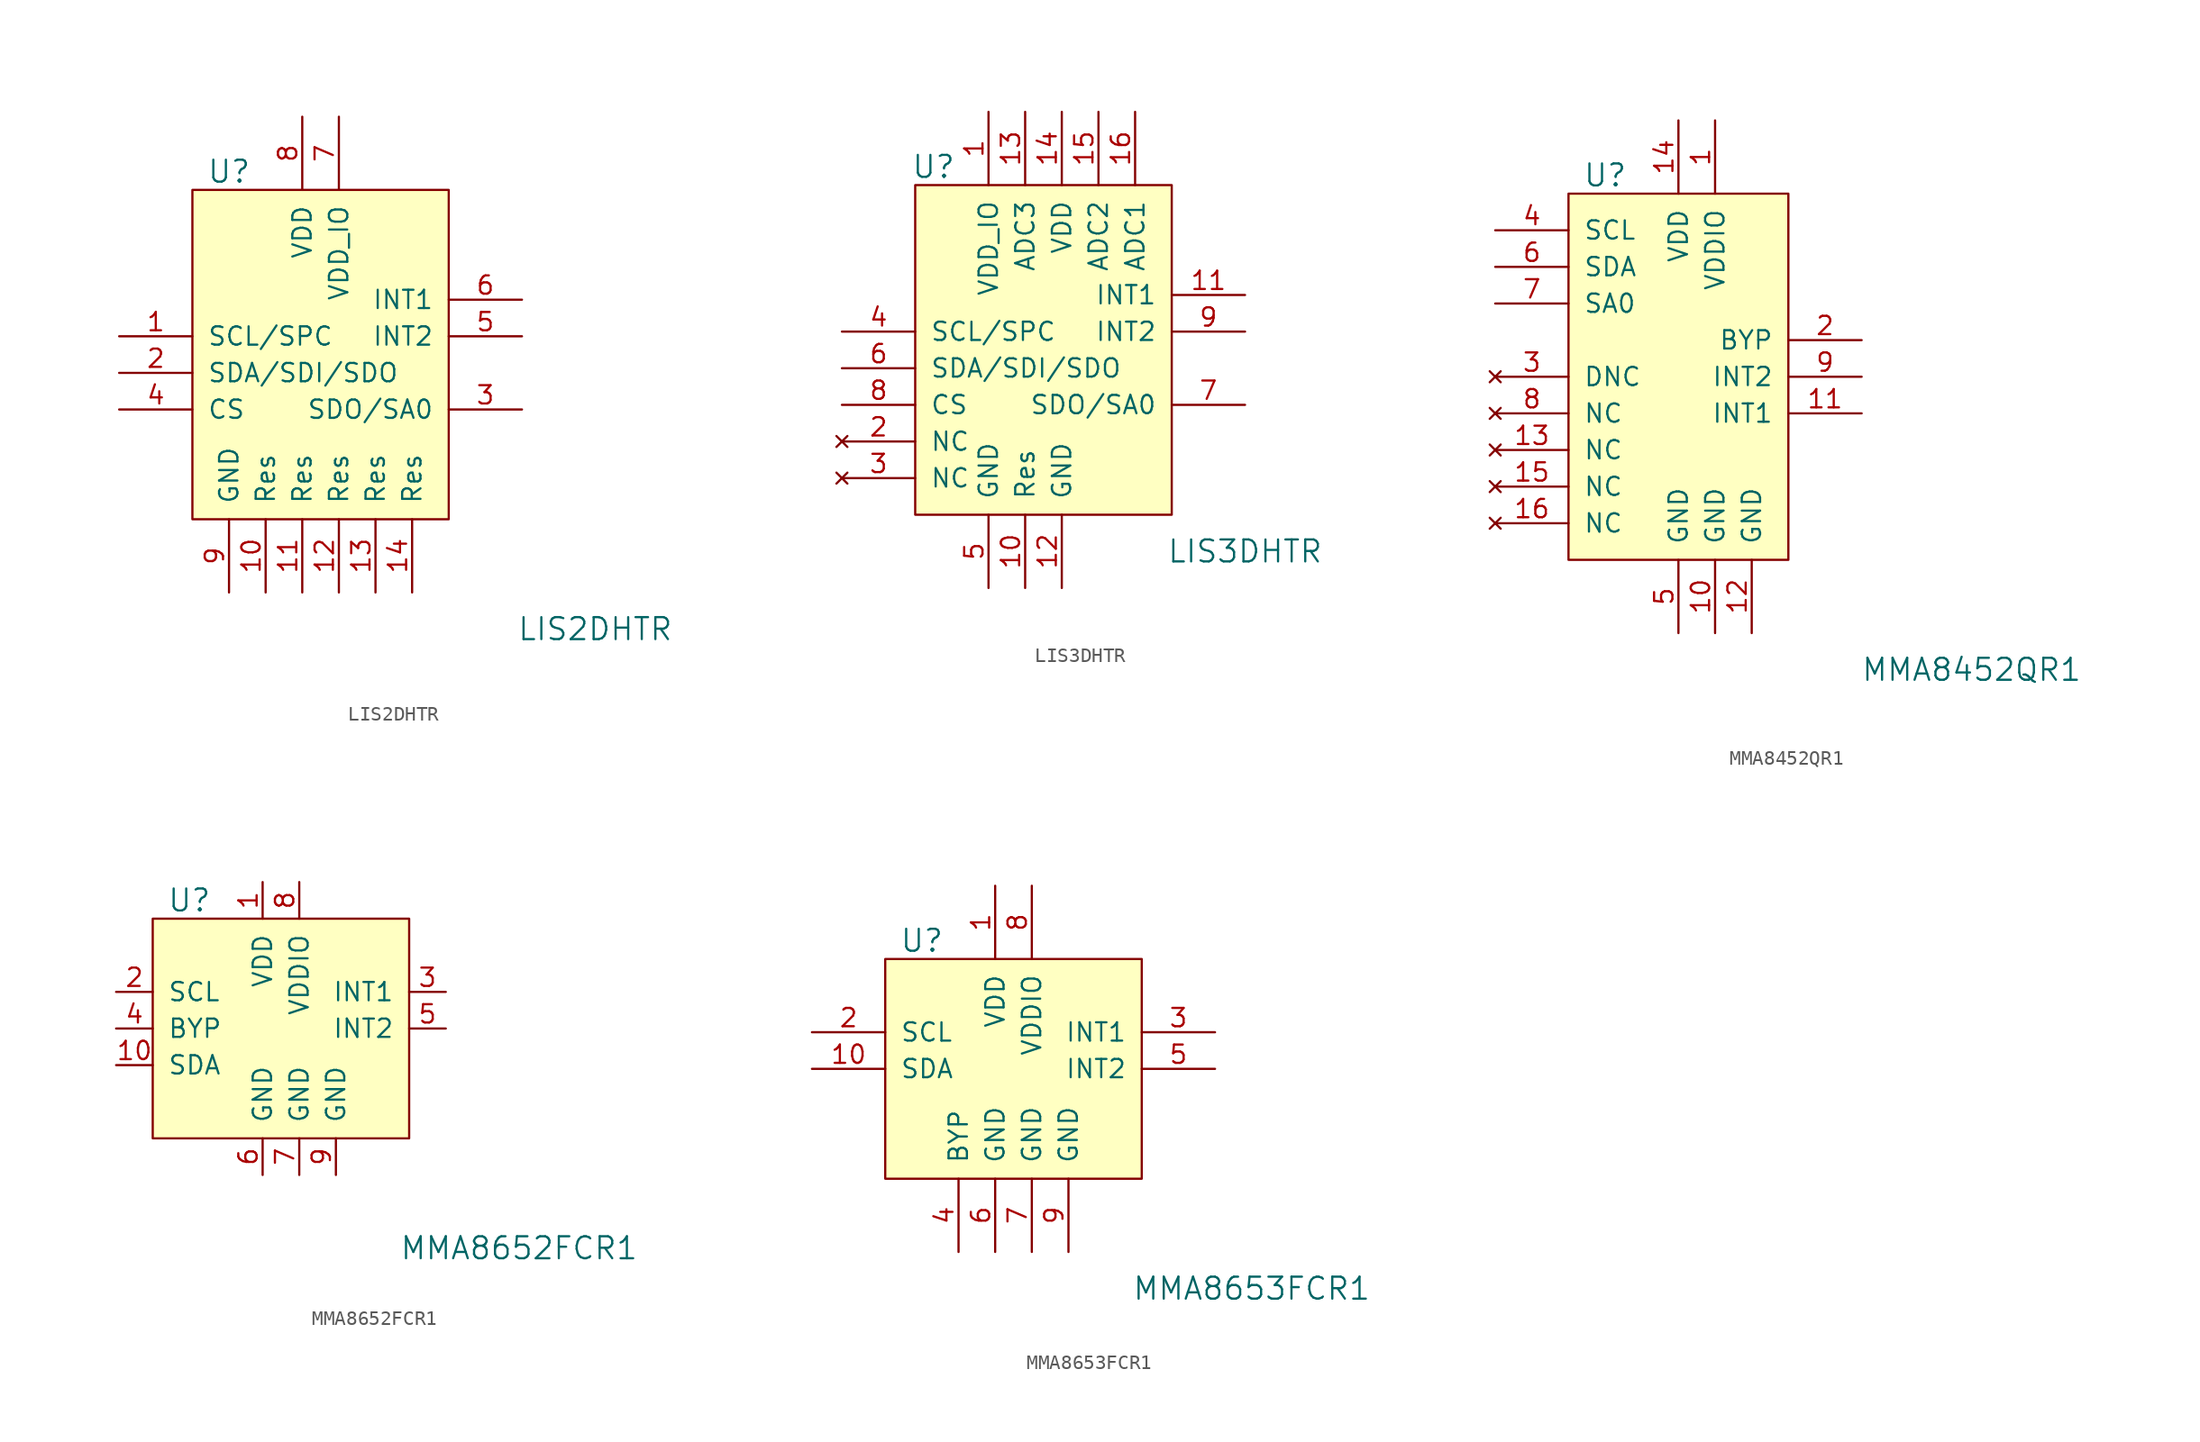
<source format=kicad_sym>
(kicad_symbol_lib
  (version 20220914)
  (generator kicad_symbol_editor)
  (symbol "LIS2DHTR"
    (pin_names
      (offset 1.016))
    (property "Reference" "U"
      (at -7.62 13.97 0)
      (effects (font (size 1.524 1.524))))
    (property "Value" "LIS2DHTR"
      (at 17.78 -17.78 0)
      (effects (font (size 1.524 1.524))))
    (symbol "LIS2DHTR_0_1"
      (rectangle (start -10.16 12.7) (end 7.62 -10.16) (stroke (width 0) (type solid)) (fill (type background))))
    (symbol "LIS2DHTR_1_1"
      (pin input line (at -15.24 2.54 0) (length 5.08) (name "SCL/SPC" (effects (font (size 1.27 1.27)))) (number "1" (effects (font (size 1.27 1.27)))))
      (pin power_in line (at -5.08 -15.24 90) (length 5.08) (name "Res" (effects (font (size 1.27 1.27)))) (number "10" (effects (font (size 1.27 1.27)))))
      (pin power_in line (at -2.54 -15.24 90) (length 5.08) (name "Res" (effects (font (size 1.27 1.27)))) (number "11" (effects (font (size 1.27 1.27)))))
      (pin power_in line (at 0 -15.24 90) (length 5.08) (name "Res" (effects (font (size 1.27 1.27)))) (number "12" (effects (font (size 1.27 1.27)))))
      (pin power_in line (at 2.54 -15.24 90) (length 5.08) (name "Res" (effects (font (size 1.27 1.27)))) (number "13" (effects (font (size 1.27 1.27)))))
      (pin power_in line (at 5.08 -15.24 90) (length 5.08) (name "Res" (effects (font (size 1.27 1.27)))) (number "14" (effects (font (size 1.27 1.27)))))
      (pin bidirectional line (at -15.24 0 0) (length 5.08) (name "SDA/SDI/SDO" (effects (font (size 1.27 1.27)))) (number "2" (effects (font (size 1.27 1.27)))))
      (pin output line (at 12.7 -2.54 180) (length 5.08) (name "SDO/SA0" (effects (font (size 1.27 1.27)))) (number "3" (effects (font (size 1.27 1.27)))))
      (pin input line (at -15.24 -2.54 0) (length 5.08) (name "CS" (effects (font (size 1.27 1.27)))) (number "4" (effects (font (size 1.27 1.27)))))
      (pin output line (at 12.7 2.54 180) (length 5.08) (name "INT2" (effects (font (size 1.27 1.27)))) (number "5" (effects (font (size 1.27 1.27)))))
      (pin output line (at 12.7 5.08 180) (length 5.08) (name "INT1" (effects (font (size 1.27 1.27)))) (number "6" (effects (font (size 1.27 1.27)))))
      (pin power_in line (at 0 17.78 270) (length 5.08) (name "VDD_IO" (effects (font (size 1.27 1.27)))) (number "7" (effects (font (size 1.27 1.27)))))
      (pin power_in line (at -2.54 17.78 270) (length 5.08) (name "VDD" (effects (font (size 1.27 1.27)))) (number "8" (effects (font (size 1.27 1.27)))))
      (pin power_in line (at -7.62 -15.24 90) (length 5.08) (name "GND" (effects (font (size 1.27 1.27)))) (number "9" (effects (font (size 1.27 1.27)))))))
  (symbol "LIS3DHTR"
    (pin_names
      (offset 1.016))
    (property "Reference" "U"
      (at -8.89 11.43 0)
      (effects (font (size 1.524 1.524))))
    (property "Value" "LIS3DHTR"
      (at 12.7 -15.24 0)
      (effects (font (size 1.524 1.524))))
    (symbol "LIS3DHTR_0_1"
      (rectangle (start -10.16 10.16) (end 7.62 -12.7) (stroke (width 0) (type solid)) (fill (type background))))
    (symbol "LIS3DHTR_1_1"
      (pin power_in line (at -5.08 15.24 270) (length 5.08) (name "VDD_IO" (effects (font (size 1.27 1.27)))) (number "1" (effects (font (size 1.27 1.27)))))
      (pin power_in line (at -2.54 -17.78 90) (length 5.08) (name "Res" (effects (font (size 1.27 1.27)))) (number "10" (effects (font (size 1.27 1.27)))))
      (pin output line (at 12.7 2.54 180) (length 5.08) (name "INT1" (effects (font (size 1.27 1.27)))) (number "11" (effects (font (size 1.27 1.27)))))
      (pin power_in line (at 0 -17.78 90) (length 5.08) (name "GND" (effects (font (size 1.27 1.27)))) (number "12" (effects (font (size 1.27 1.27)))))
      (pin input line (at -2.54 15.24 270) (length 5.08) (name "ADC3" (effects (font (size 1.27 1.27)))) (number "13" (effects (font (size 1.27 1.27)))))
      (pin power_in line (at 0 15.24 270) (length 5.08) (name "VDD" (effects (font (size 1.27 1.27)))) (number "14" (effects (font (size 1.27 1.27)))))
      (pin input line (at 2.54 15.24 270) (length 5.08) (name "ADC2" (effects (font (size 1.27 1.27)))) (number "15" (effects (font (size 1.27 1.27)))))
      (pin input line (at 5.08 15.24 270) (length 5.08) (name "ADC1" (effects (font (size 1.27 1.27)))) (number "16" (effects (font (size 1.27 1.27)))))
      (pin no_connect line (at -15.24 -7.62 0) (length 5.08) (name "NC" (effects (font (size 1.27 1.27)))) (number "2" (effects (font (size 1.27 1.27)))))
      (pin no_connect line (at -15.24 -10.16 0) (length 5.08) (name "NC" (effects (font (size 1.27 1.27)))) (number "3" (effects (font (size 1.27 1.27)))))
      (pin input line (at -15.24 0 0) (length 5.08) (name "SCL/SPC" (effects (font (size 1.27 1.27)))) (number "4" (effects (font (size 1.27 1.27)))))
      (pin power_in line (at -5.08 -17.78 90) (length 5.08) (name "GND" (effects (font (size 1.27 1.27)))) (number "5" (effects (font (size 1.27 1.27)))))
      (pin bidirectional line (at -15.24 -2.54 0) (length 5.08) (name "SDA/SDI/SDO" (effects (font (size 1.27 1.27)))) (number "6" (effects (font (size 1.27 1.27)))))
      (pin output line (at 12.7 -5.08 180) (length 5.08) (name "SDO/SA0" (effects (font (size 1.27 1.27)))) (number "7" (effects (font (size 1.27 1.27)))))
      (pin input line (at -15.24 -5.08 0) (length 5.08) (name "CS" (effects (font (size 1.27 1.27)))) (number "8" (effects (font (size 1.27 1.27)))))
      (pin output line (at 12.7 0 180) (length 5.08) (name "INT2" (effects (font (size 1.27 1.27)))) (number "9" (effects (font (size 1.27 1.27)))))))
  (symbol "MMA8452QR1"
    (pin_names
      (offset 1.016))
    (property "Reference" "U"
      (at -5.08 13.97 0)
      (effects (font (size 1.524 1.524))))
    (property "Value" "MMA8452QR1"
      (at 20.32 -20.32 0)
      (effects (font (size 1.524 1.524))))
    (symbol "MMA8452QR1_0_1"
      (rectangle (start -7.62 12.7) (end 7.62 -12.7) (stroke (width 0) (type solid)) (fill (type background))))
    (symbol "MMA8452QR1_1_1"
      (pin power_in line (at 2.54 17.78 270) (length 5.08) (name "VDDIO" (effects (font (size 1.27 1.27)))) (number "1" (effects (font (size 1.27 1.27)))))
      (pin power_in line (at 2.54 -17.78 90) (length 5.08) (name "GND" (effects (font (size 1.27 1.27)))) (number "10" (effects (font (size 1.27 1.27)))))
      (pin output line (at 12.7 -2.54 180) (length 5.08) (name "INT1" (effects (font (size 1.27 1.27)))) (number "11" (effects (font (size 1.27 1.27)))))
      (pin power_in line (at 5.08 -17.78 90) (length 5.08) (name "GND" (effects (font (size 1.27 1.27)))) (number "12" (effects (font (size 1.27 1.27)))))
      (pin no_connect line (at -12.7 -5.08 0) (length 5.08) (name "NC" (effects (font (size 1.27 1.27)))) (number "13" (effects (font (size 1.27 1.27)))))
      (pin power_in line (at 0 17.78 270) (length 5.08) (name "VDD" (effects (font (size 1.27 1.27)))) (number "14" (effects (font (size 1.27 1.27)))))
      (pin no_connect line (at -12.7 -7.62 0) (length 5.08) (name "NC" (effects (font (size 1.27 1.27)))) (number "15" (effects (font (size 1.27 1.27)))))
      (pin no_connect line (at -12.7 -10.16 0) (length 5.08) (name "NC" (effects (font (size 1.27 1.27)))) (number "16" (effects (font (size 1.27 1.27)))))
      (pin output line (at 12.7 2.54 180) (length 5.08) (name "BYP" (effects (font (size 1.27 1.27)))) (number "2" (effects (font (size 1.27 1.27)))))
      (pin no_connect line (at -12.7 0 0) (length 5.08) (name "DNC" (effects (font (size 1.27 1.27)))) (number "3" (effects (font (size 1.27 1.27)))))
      (pin bidirectional line (at -12.7 10.16 0) (length 5.08) (name "SCL" (effects (font (size 1.27 1.27)))) (number "4" (effects (font (size 1.27 1.27)))))
      (pin power_in line (at 0 -17.78 90) (length 5.08) (name "GND" (effects (font (size 1.27 1.27)))) (number "5" (effects (font (size 1.27 1.27)))))
      (pin bidirectional line (at -12.7 7.62 0) (length 5.08) (name "SDA" (effects (font (size 1.27 1.27)))) (number "6" (effects (font (size 1.27 1.27)))))
      (pin bidirectional line (at -12.7 5.08 0) (length 5.08) (name "SA0" (effects (font (size 1.27 1.27)))) (number "7" (effects (font (size 1.27 1.27)))))
      (pin no_connect line (at -12.7 -2.54 0) (length 5.08) (name "NC" (effects (font (size 1.27 1.27)))) (number "8" (effects (font (size 1.27 1.27)))))
      (pin power_out line (at 12.7 0 180) (length 5.08) (name "INT2" (effects (font (size 1.27 1.27)))) (number "9" (effects (font (size 1.27 1.27)))))))
  (symbol "MMA8652FCR1"
    (pin_names
      (offset 1.016))
    (property "Reference" "U"
      (at -5.08 8.89 0)
      (effects (font (size 1.524 1.524))))
    (property "Value" "MMA8652FCR1"
      (at 17.78 -15.24 0)
      (effects (font (size 1.524 1.524))))
    (symbol "MMA8652FCR1_0_1"
      (rectangle (start -7.62 7.62) (end 10.16 -7.62) (stroke (width 0) (type solid)) (fill (type background))))
    (symbol "MMA8652FCR1_1_1"
      (pin input line (at 0 10.16 270) (length 2.54) (name "VDD" (effects (font (size 1.27 1.27)))) (number "1" (effects (font (size 1.27 1.27)))))
      (pin bidirectional line (at -10.16 -2.54 0) (length 2.54) (name "SDA" (effects (font (size 1.27 1.27)))) (number "10" (effects (font (size 1.27 1.27)))))
      (pin input line (at -10.16 2.54 0) (length 2.54) (name "SCL" (effects (font (size 1.27 1.27)))) (number "2" (effects (font (size 1.27 1.27)))))
      (pin output line (at 12.7 2.54 180) (length 2.54) (name "INT1" (effects (font (size 1.27 1.27)))) (number "3" (effects (font (size 1.27 1.27)))))
      (pin bidirectional line (at -10.16 0 0) (length 2.54) (name "BYP" (effects (font (size 1.27 1.27)))) (number "4" (effects (font (size 1.27 1.27)))))
      (pin output line (at 12.7 0 180) (length 2.54) (name "INT2" (effects (font (size 1.27 1.27)))) (number "5" (effects (font (size 1.27 1.27)))))
      (pin power_in line (at 0 -10.16 90) (length 2.54) (name "GND" (effects (font (size 1.27 1.27)))) (number "6" (effects (font (size 1.27 1.27)))))
      (pin power_in line (at 2.54 -10.16 90) (length 2.54) (name "GND" (effects (font (size 1.27 1.27)))) (number "7" (effects (font (size 1.27 1.27)))))
      (pin input line (at 2.54 10.16 270) (length 2.54) (name "VDDIO" (effects (font (size 1.27 1.27)))) (number "8" (effects (font (size 1.27 1.27)))))
      (pin power_in line (at 5.08 -10.16 90) (length 2.54) (name "GND" (effects (font (size 1.27 1.27)))) (number "9" (effects (font (size 1.27 1.27)))))))
  (symbol "MMA8653FCR1"
    (pin_names
      (offset 1.016))
    (property "Reference" "U"
      (at -5.08 8.89 0)
      (effects (font (size 1.524 1.524))))
    (property "Value" "MMA8653FCR1"
      (at 17.78 -15.24 0)
      (effects (font (size 1.524 1.524))))
    (symbol "MMA8653FCR1_0_1"
      (rectangle (start -7.62 7.62) (end 10.16 -7.62) (stroke (width 0) (type solid)) (fill (type background))))
    (symbol "MMA8653FCR1_1_1"
      (pin power_in line (at 0 12.7 270) (length 5.08) (name "VDD" (effects (font (size 1.27 1.27)))) (number "1" (effects (font (size 1.27 1.27)))))
      (pin bidirectional line (at -12.7 0 0) (length 5.08) (name "SDA" (effects (font (size 1.27 1.27)))) (number "10" (effects (font (size 1.27 1.27)))))
      (pin input line (at -12.7 2.54 0) (length 5.08) (name "SCL" (effects (font (size 1.27 1.27)))) (number "2" (effects (font (size 1.27 1.27)))))
      (pin output line (at 15.24 2.54 180) (length 5.08) (name "INT1" (effects (font (size 1.27 1.27)))) (number "3" (effects (font (size 1.27 1.27)))))
      (pin output line (at -2.54 -12.7 90) (length 5.08) (name "BYP" (effects (font (size 1.27 1.27)))) (number "4" (effects (font (size 1.27 1.27)))))
      (pin output line (at 15.24 0 180) (length 5.08) (name "INT2" (effects (font (size 1.27 1.27)))) (number "5" (effects (font (size 1.27 1.27)))))
      (pin power_in line (at 0 -12.7 90) (length 5.08) (name "GND" (effects (font (size 1.27 1.27)))) (number "6" (effects (font (size 1.27 1.27)))))
      (pin power_in line (at 2.54 -12.7 90) (length 5.08) (name "GND" (effects (font (size 1.27 1.27)))) (number "7" (effects (font (size 1.27 1.27)))))
      (pin power_in line (at 2.54 12.7 270) (length 5.08) (name "VDDIO" (effects (font (size 1.27 1.27)))) (number "8" (effects (font (size 1.27 1.27)))))
      (pin power_in line (at 5.08 -12.7 90) (length 5.08) (name "GND" (effects (font (size 1.27 1.27)))) (number "9" (effects (font (size 1.27 1.27))))))))
</source>
